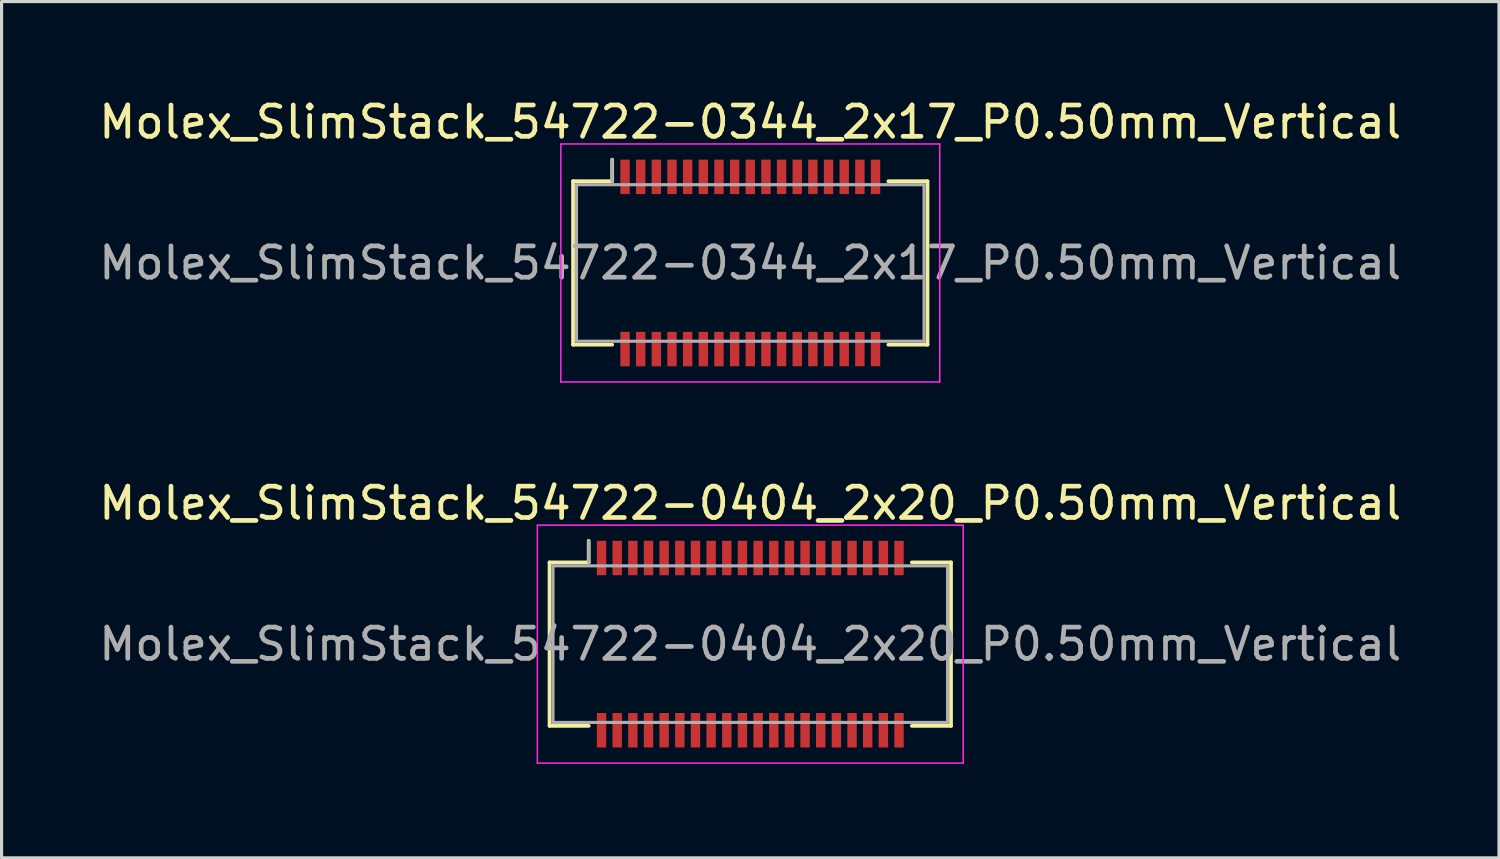
<source format=kicad_pcb>
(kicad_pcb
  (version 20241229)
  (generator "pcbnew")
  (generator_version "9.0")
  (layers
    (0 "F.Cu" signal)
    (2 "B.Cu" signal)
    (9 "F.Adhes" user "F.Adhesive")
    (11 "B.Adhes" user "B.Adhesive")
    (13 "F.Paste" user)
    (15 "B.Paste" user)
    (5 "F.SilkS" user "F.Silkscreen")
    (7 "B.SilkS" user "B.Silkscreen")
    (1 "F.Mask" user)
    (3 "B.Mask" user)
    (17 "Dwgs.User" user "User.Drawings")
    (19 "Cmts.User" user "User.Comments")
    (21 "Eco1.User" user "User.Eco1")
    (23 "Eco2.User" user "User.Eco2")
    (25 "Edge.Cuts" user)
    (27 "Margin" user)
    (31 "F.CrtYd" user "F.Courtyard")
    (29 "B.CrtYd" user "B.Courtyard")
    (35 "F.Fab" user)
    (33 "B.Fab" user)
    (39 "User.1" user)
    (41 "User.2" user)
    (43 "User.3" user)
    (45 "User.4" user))
  (footprint "Molex_SlimStack_54722-0404_2x20_P0.50mm_Vertical"
    (layer "F.Cu")
    (at 20.911 17.521)
    (property "Reference" "Molex_SlimStack_54722-0404_2x20_P0.50mm_Vertical" (at 0 -4.5 0) (layer "F.SilkS") (effects (font (size 1 1) (thickness 0.15))))
    (attr smd)
    (fp_line (start -6.41 -2.61) (end -5.16 -2.61) (stroke (width 0.12) (type solid)) (layer "F.SilkS"))
    (fp_line (start -6.41 2.61) (end -6.41 -2.61) (stroke (width 0.12) (type solid)) (layer "F.SilkS"))
    (fp_line (start -5.16 -2.61) (end -5.16 -3.3) (stroke (width 0.12) (type solid)) (layer "F.SilkS"))
    (fp_line (start -5.16 2.61) (end -6.41 2.61) (stroke (width 0.12) (type solid)) (layer "F.SilkS"))
    (fp_line (start 5.16 2.61) (end 6.41 2.61) (stroke (width 0.12) (type solid)) (layer "F.SilkS"))
    (fp_line (start 6.41 -2.61) (end 5.16 -2.61) (stroke (width 0.12) (type solid)) (layer "F.SilkS"))
    (fp_line (start 6.41 2.61) (end 6.41 -2.61) (stroke (width 0.12) (type solid)) (layer "F.SilkS"))
    (fp_line (start -6.8 -3.8) (end -6.8 3.8) (stroke (width 0.05) (type solid)) (layer "F.CrtYd"))
    (fp_line (start -6.8 3.8) (end 6.8 3.8) (stroke (width 0.05) (type solid)) (layer "F.CrtYd"))
    (fp_line (start 6.8 -3.8) (end -6.8 -3.8) (stroke (width 0.05) (type solid)) (layer "F.CrtYd"))
    (fp_line (start 6.8 3.8) (end 6.8 -3.8) (stroke (width 0.05) (type solid)) (layer "F.CrtYd"))
    (fp_line (start -6.3 -2.5) (end -6.3 2.5) (stroke (width 0.1) (type solid)) (layer "F.Fab"))
    (fp_line (start -6.3 2.5) (end 6.3 2.5) (stroke (width 0.1) (type solid)) (layer "F.Fab"))
    (fp_line (start -5.16 -2.61) (end -5.16 -3.3) (stroke (width 0.1) (type solid)) (layer "F.Fab"))
    (fp_line (start 6.3 -2.5) (end -6.3 -2.5) (stroke (width 0.1) (type solid)) (layer "F.Fab"))
    (fp_line (start 6.3 2.5) (end 6.3 -2.5) (stroke (width 0.1) (type solid)) (layer "F.Fab"))
    (fp_text user "${REFERENCE}" (at 0 0 0) (layer "F.Fab") (effects (font (size 1 1) (thickness 0.15))))
    (pad "1" smd rect (at -4.75 -2.75) (size 0.3 1.1) (layers "F.Cu" "F.Mask" "F.Paste"))
    (pad "2" smd rect (at -4.75 2.75) (size 0.3 1.1) (layers "F.Cu" "F.Mask" "F.Paste"))
    (pad "3" smd rect (at -4.25 -2.75) (size 0.3 1.1) (layers "F.Cu" "F.Mask" "F.Paste"))
    (pad "4" smd rect (at -4.25 2.75) (size 0.3 1.1) (layers "F.Cu" "F.Mask" "F.Paste"))
    (pad "5" smd rect (at -3.75 -2.75) (size 0.3 1.1) (layers "F.Cu" "F.Mask" "F.Paste"))
    (pad "6" smd rect (at -3.75 2.75) (size 0.3 1.1) (layers "F.Cu" "F.Mask" "F.Paste"))
    (pad "7" smd rect (at -3.25 -2.75) (size 0.3 1.1) (layers "F.Cu" "F.Mask" "F.Paste"))
    (pad "8" smd rect (at -3.25 2.75) (size 0.3 1.1) (layers "F.Cu" "F.Mask" "F.Paste"))
    (pad "9" smd rect (at -2.75 -2.75) (size 0.3 1.1) (layers "F.Cu" "F.Mask" "F.Paste"))
    (pad "10" smd rect (at -2.75 2.75) (size 0.3 1.1) (layers "F.Cu" "F.Mask" "F.Paste"))
    (pad "11" smd rect (at -2.25 -2.75) (size 0.3 1.1) (layers "F.Cu" "F.Mask" "F.Paste"))
    (pad "12" smd rect (at -2.25 2.75) (size 0.3 1.1) (layers "F.Cu" "F.Mask" "F.Paste"))
    (pad "13" smd rect (at -1.75 -2.75) (size 0.3 1.1) (layers "F.Cu" "F.Mask" "F.Paste"))
    (pad "14" smd rect (at -1.75 2.75) (size 0.3 1.1) (layers "F.Cu" "F.Mask" "F.Paste"))
    (pad "15" smd rect (at -1.25 -2.75) (size 0.3 1.1) (layers "F.Cu" "F.Mask" "F.Paste"))
    (pad "16" smd rect (at -1.25 2.75) (size 0.3 1.1) (layers "F.Cu" "F.Mask" "F.Paste"))
    (pad "17" smd rect (at -0.75 -2.75) (size 0.3 1.1) (layers "F.Cu" "F.Mask" "F.Paste"))
    (pad "18" smd rect (at -0.75 2.75) (size 0.3 1.1) (layers "F.Cu" "F.Mask" "F.Paste"))
    (pad "19" smd rect (at -0.25 -2.75) (size 0.3 1.1) (layers "F.Cu" "F.Mask" "F.Paste"))
    (pad "20" smd rect (at -0.25 2.75) (size 0.3 1.1) (layers "F.Cu" "F.Mask" "F.Paste"))
    (pad "21" smd rect (at 0.25 -2.75) (size 0.3 1.1) (layers "F.Cu" "F.Mask" "F.Paste"))
    (pad "22" smd rect (at 0.25 2.75) (size 0.3 1.1) (layers "F.Cu" "F.Mask" "F.Paste"))
    (pad "23" smd rect (at 0.75 -2.75) (size 0.3 1.1) (layers "F.Cu" "F.Mask" "F.Paste"))
    (pad "24" smd rect (at 0.75 2.75) (size 0.3 1.1) (layers "F.Cu" "F.Mask" "F.Paste"))
    (pad "25" smd rect (at 1.25 -2.75) (size 0.3 1.1) (layers "F.Cu" "F.Mask" "F.Paste"))
    (pad "26" smd rect (at 1.25 2.75) (size 0.3 1.1) (layers "F.Cu" "F.Mask" "F.Paste"))
    (pad "27" smd rect (at 1.75 -2.75) (size 0.3 1.1) (layers "F.Cu" "F.Mask" "F.Paste"))
    (pad "28" smd rect (at 1.75 2.75) (size 0.3 1.1) (layers "F.Cu" "F.Mask" "F.Paste"))
    (pad "29" smd rect (at 2.25 -2.75) (size 0.3 1.1) (layers "F.Cu" "F.Mask" "F.Paste"))
    (pad "30" smd rect (at 2.25 2.75) (size 0.3 1.1) (layers "F.Cu" "F.Mask" "F.Paste"))
    (pad "31" smd rect (at 2.75 -2.75) (size 0.3 1.1) (layers "F.Cu" "F.Mask" "F.Paste"))
    (pad "32" smd rect (at 2.75 2.75) (size 0.3 1.1) (layers "F.Cu" "F.Mask" "F.Paste"))
    (pad "33" smd rect (at 3.25 -2.75) (size 0.3 1.1) (layers "F.Cu" "F.Mask" "F.Paste"))
    (pad "34" smd rect (at 3.25 2.75) (size 0.3 1.1) (layers "F.Cu" "F.Mask" "F.Paste"))
    (pad "35" smd rect (at 3.75 -2.75) (size 0.3 1.1) (layers "F.Cu" "F.Mask" "F.Paste"))
    (pad "36" smd rect (at 3.75 2.75) (size 0.3 1.1) (layers "F.Cu" "F.Mask" "F.Paste"))
    (pad "37" smd rect (at 4.25 -2.75) (size 0.3 1.1) (layers "F.Cu" "F.Mask" "F.Paste"))
    (pad "38" smd rect (at 4.25 2.75) (size 0.3 1.1) (layers "F.Cu" "F.Mask" "F.Paste"))
    (pad "39" smd rect (at 4.75 -2.75) (size 0.3 1.1) (layers "F.Cu" "F.Mask" "F.Paste"))
    (pad "40" smd rect (at 4.75 2.75) (size 0.3 1.1) (layers "F.Cu" "F.Mask" "F.Paste")))
  (footprint "Molex_SlimStack_54722-0344_2x17_P0.50mm_Vertical"
    (layer "F.Cu")
    (at 20.911 5.348)
    (property "Reference" "Molex_SlimStack_54722-0344_2x17_P0.50mm_Vertical" (at 0 -4.5 0) (layer "F.SilkS") (effects (font (size 1 1) (thickness 0.15))))
    (attr smd)
    (fp_line (start -5.66 -2.61) (end -4.41 -2.61) (stroke (width 0.12) (type solid)) (layer "F.SilkS"))
    (fp_line (start -5.66 2.61) (end -5.66 -2.61) (stroke (width 0.12) (type solid)) (layer "F.SilkS"))
    (fp_line (start -4.41 -2.61) (end -4.41 -3.3) (stroke (width 0.12) (type solid)) (layer "F.SilkS"))
    (fp_line (start -4.41 2.61) (end -5.66 2.61) (stroke (width 0.12) (type solid)) (layer "F.SilkS"))
    (fp_line (start 4.41 2.61) (end 5.66 2.61) (stroke (width 0.12) (type solid)) (layer "F.SilkS"))
    (fp_line (start 5.66 -2.61) (end 4.41 -2.61) (stroke (width 0.12) (type solid)) (layer "F.SilkS"))
    (fp_line (start 5.66 2.61) (end 5.66 -2.61) (stroke (width 0.12) (type solid)) (layer "F.SilkS"))
    (fp_line (start -6.05 -3.8) (end -6.05 3.8) (stroke (width 0.05) (type solid)) (layer "F.CrtYd"))
    (fp_line (start -6.05 3.8) (end 6.05 3.8) (stroke (width 0.05) (type solid)) (layer "F.CrtYd"))
    (fp_line (start 6.05 -3.8) (end -6.05 -3.8) (stroke (width 0.05) (type solid)) (layer "F.CrtYd"))
    (fp_line (start 6.05 3.8) (end 6.05 -3.8) (stroke (width 0.05) (type solid)) (layer "F.CrtYd"))
    (fp_line (start -5.55 -2.5) (end -5.55 2.5) (stroke (width 0.1) (type solid)) (layer "F.Fab"))
    (fp_line (start -5.55 2.5) (end 5.55 2.5) (stroke (width 0.1) (type solid)) (layer "F.Fab"))
    (fp_line (start -4.41 -2.61) (end -4.41 -3.3) (stroke (width 0.1) (type solid)) (layer "F.Fab"))
    (fp_line (start 5.55 -2.5) (end -5.55 -2.5) (stroke (width 0.1) (type solid)) (layer "F.Fab"))
    (fp_line (start 5.55 2.5) (end 5.55 -2.5) (stroke (width 0.1) (type solid)) (layer "F.Fab"))
    (fp_text user "${REFERENCE}" (at 0 0 0) (layer "F.Fab") (effects (font (size 1 1) (thickness 0.15))))
    (pad "1" smd rect (at -4 -2.75) (size 0.3 1.1) (layers "F.Cu" "F.Mask" "F.Paste"))
    (pad "2" smd rect (at -4 2.75) (size 0.3 1.1) (layers "F.Cu" "F.Mask" "F.Paste"))
    (pad "3" smd rect (at -3.5 -2.75) (size 0.3 1.1) (layers "F.Cu" "F.Mask" "F.Paste"))
    (pad "4" smd rect (at -3.5 2.75) (size 0.3 1.1) (layers "F.Cu" "F.Mask" "F.Paste"))
    (pad "5" smd rect (at -3 -2.75) (size 0.3 1.1) (layers "F.Cu" "F.Mask" "F.Paste"))
    (pad "6" smd rect (at -3 2.75) (size 0.3 1.1) (layers "F.Cu" "F.Mask" "F.Paste"))
    (pad "7" smd rect (at -2.5 -2.75) (size 0.3 1.1) (layers "F.Cu" "F.Mask" "F.Paste"))
    (pad "8" smd rect (at -2.5 2.75) (size 0.3 1.1) (layers "F.Cu" "F.Mask" "F.Paste"))
    (pad "9" smd rect (at -2 -2.75) (size 0.3 1.1) (layers "F.Cu" "F.Mask" "F.Paste"))
    (pad "10" smd rect (at -2 2.75) (size 0.3 1.1) (layers "F.Cu" "F.Mask" "F.Paste"))
    (pad "11" smd rect (at -1.5 -2.75) (size 0.3 1.1) (layers "F.Cu" "F.Mask" "F.Paste"))
    (pad "12" smd rect (at -1.5 2.75) (size 0.3 1.1) (layers "F.Cu" "F.Mask" "F.Paste"))
    (pad "13" smd rect (at -1 -2.75) (size 0.3 1.1) (layers "F.Cu" "F.Mask" "F.Paste"))
    (pad "14" smd rect (at -1 2.75) (size 0.3 1.1) (layers "F.Cu" "F.Mask" "F.Paste"))
    (pad "15" smd rect (at -0.5 -2.75) (size 0.3 1.1) (layers "F.Cu" "F.Mask" "F.Paste"))
    (pad "16" smd rect (at -0.5 2.75) (size 0.3 1.1) (layers "F.Cu" "F.Mask" "F.Paste"))
    (pad "17" smd rect (at 0 -2.75) (size 0.3 1.1) (layers "F.Cu" "F.Mask" "F.Paste"))
    (pad "18" smd rect (at 0 2.75) (size 0.3 1.1) (layers "F.Cu" "F.Mask" "F.Paste"))
    (pad "19" smd rect (at 0.5 -2.75) (size 0.3 1.1) (layers "F.Cu" "F.Mask" "F.Paste"))
    (pad "20" smd rect (at 0.5 2.75) (size 0.3 1.1) (layers "F.Cu" "F.Mask" "F.Paste"))
    (pad "21" smd rect (at 1 -2.75) (size 0.3 1.1) (layers "F.Cu" "F.Mask" "F.Paste"))
    (pad "22" smd rect (at 1 2.75) (size 0.3 1.1) (layers "F.Cu" "F.Mask" "F.Paste"))
    (pad "23" smd rect (at 1.5 -2.75) (size 0.3 1.1) (layers "F.Cu" "F.Mask" "F.Paste"))
    (pad "24" smd rect (at 1.5 2.75) (size 0.3 1.1) (layers "F.Cu" "F.Mask" "F.Paste"))
    (pad "25" smd rect (at 2 -2.75) (size 0.3 1.1) (layers "F.Cu" "F.Mask" "F.Paste"))
    (pad "26" smd rect (at 2 2.75) (size 0.3 1.1) (layers "F.Cu" "F.Mask" "F.Paste"))
    (pad "27" smd rect (at 2.5 -2.75) (size 0.3 1.1) (layers "F.Cu" "F.Mask" "F.Paste"))
    (pad "28" smd rect (at 2.5 2.75) (size 0.3 1.1) (layers "F.Cu" "F.Mask" "F.Paste"))
    (pad "29" smd rect (at 3 -2.75) (size 0.3 1.1) (layers "F.Cu" "F.Mask" "F.Paste"))
    (pad "30" smd rect (at 3 2.75) (size 0.3 1.1) (layers "F.Cu" "F.Mask" "F.Paste"))
    (pad "31" smd rect (at 3.5 -2.75) (size 0.3 1.1) (layers "F.Cu" "F.Mask" "F.Paste"))
    (pad "32" smd rect (at 3.5 2.75) (size 0.3 1.1) (layers "F.Cu" "F.Mask" "F.Paste"))
    (pad "33" smd rect (at 4 -2.75) (size 0.3 1.1) (layers "F.Cu" "F.Mask" "F.Paste"))
    (pad "34" smd rect (at 4 2.75) (size 0.3 1.1) (layers "F.Cu" "F.Mask" "F.Paste")))
  (gr_rect
    (start -3 -3)
    (end 44.821 24.346)
    (stroke (width 0.1) (type default))
    (fill no)
    (layer "Edge.Cuts")))
</source>
